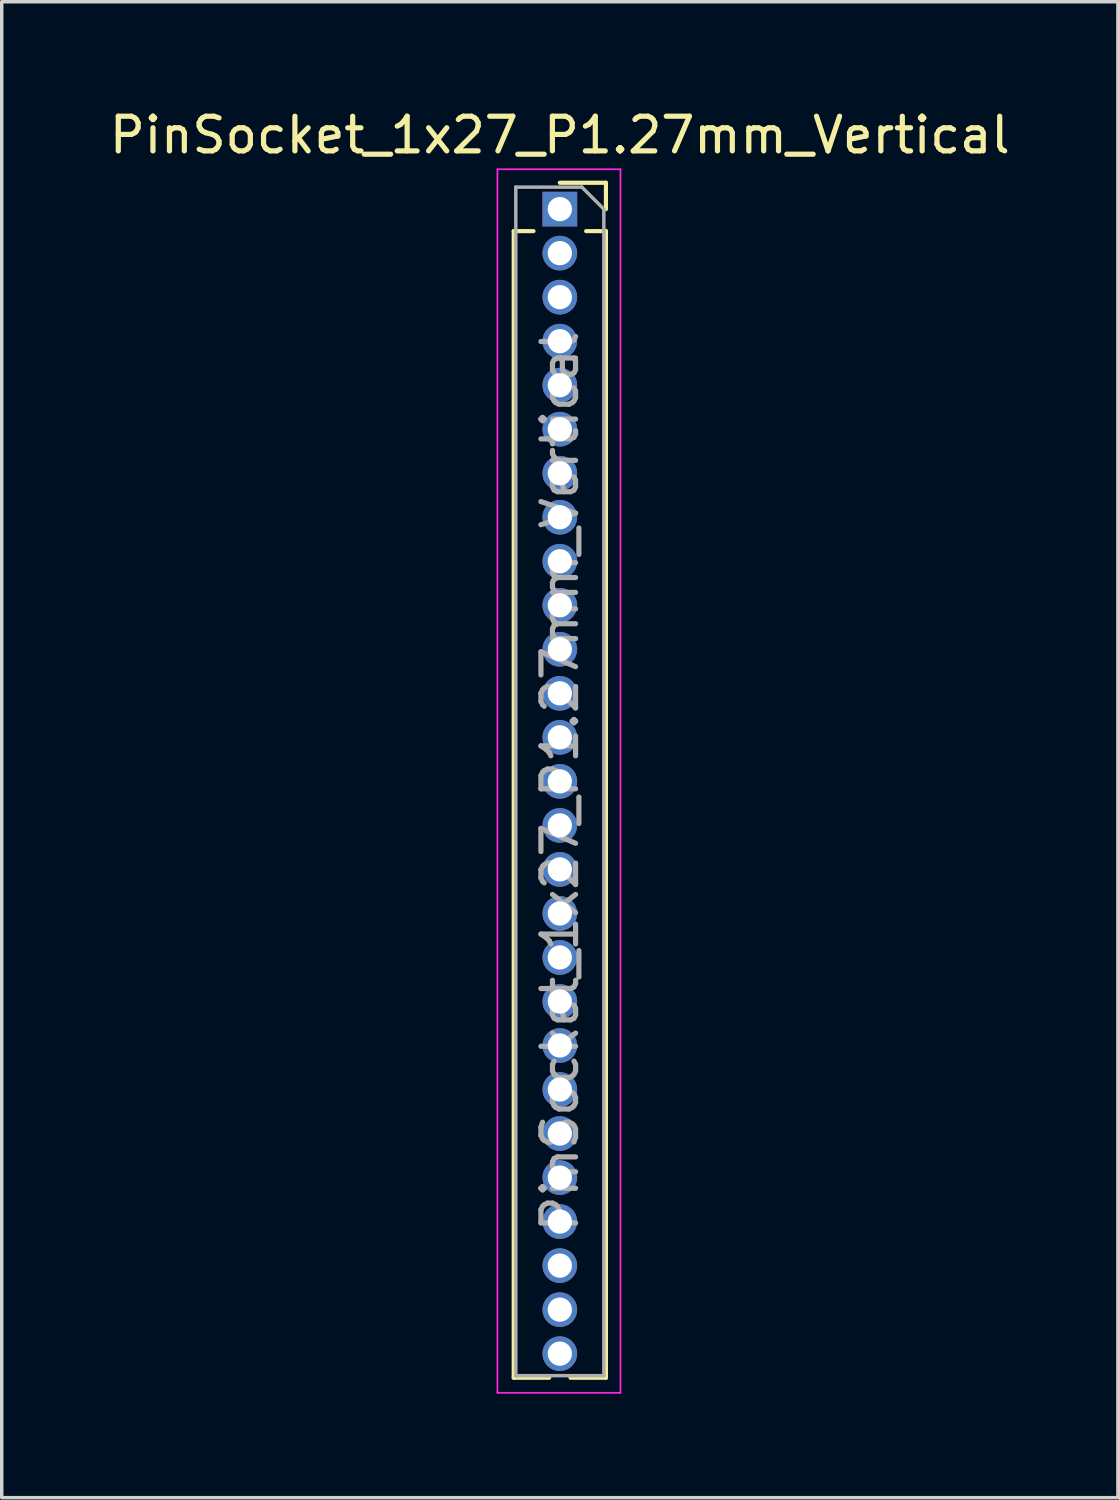
<source format=kicad_pcb>
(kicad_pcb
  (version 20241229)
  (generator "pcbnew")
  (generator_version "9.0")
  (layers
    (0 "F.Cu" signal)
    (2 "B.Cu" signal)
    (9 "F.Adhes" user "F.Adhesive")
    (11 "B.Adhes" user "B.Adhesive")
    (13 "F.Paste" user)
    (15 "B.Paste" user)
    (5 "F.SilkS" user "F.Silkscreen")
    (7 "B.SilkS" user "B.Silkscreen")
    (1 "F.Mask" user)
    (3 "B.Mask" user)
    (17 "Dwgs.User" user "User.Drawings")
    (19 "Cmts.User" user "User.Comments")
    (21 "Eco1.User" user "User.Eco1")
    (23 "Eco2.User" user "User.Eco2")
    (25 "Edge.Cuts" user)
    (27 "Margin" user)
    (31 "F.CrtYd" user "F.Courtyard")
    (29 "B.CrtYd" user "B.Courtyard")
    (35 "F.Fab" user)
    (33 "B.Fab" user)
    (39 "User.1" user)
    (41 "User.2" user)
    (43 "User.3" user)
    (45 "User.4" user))
  (footprint "PinSocket_1x27_P1.27mm_Vertical"
    (layer "F.Cu")
    (at 13.101 2.983)
    (property "Reference" "PinSocket_1x27_P1.27mm_Vertical" (at 0 -2.135 0) (layer "F.SilkS") (effects (font (size 1 1) (thickness 0.15))))
    (attr through_hole)
    (fp_line (start -1.33 0.635) (end -1.33 33.715) (stroke (width 0.12) (type solid)) (layer "F.SilkS"))
    (fp_line (start -1.33 0.635) (end -0.76 0.635) (stroke (width 0.12) (type solid)) (layer "F.SilkS"))
    (fp_line (start -1.33 33.715) (end -0.308 33.715) (stroke (width 0.12) (type solid)) (layer "F.SilkS"))
    (fp_line (start 0 -0.76) (end 1.33 -0.76) (stroke (width 0.12) (type solid)) (layer "F.SilkS"))
    (fp_line (start 0.308 33.715) (end 1.33 33.715) (stroke (width 0.12) (type solid)) (layer "F.SilkS"))
    (fp_line (start 0.76 0.635) (end 1.33 0.635) (stroke (width 0.12) (type solid)) (layer "F.SilkS"))
    (fp_line (start 1.33 -0.76) (end 1.33 0) (stroke (width 0.12) (type solid)) (layer "F.SilkS"))
    (fp_line (start 1.33 0.635) (end 1.33 33.715) (stroke (width 0.12) (type solid)) (layer "F.SilkS"))
    (fp_line (start -1.8 -1.15) (end 1.75 -1.15) (stroke (width 0.05) (type solid)) (layer "F.CrtYd"))
    (fp_line (start -1.8 34.15) (end -1.8 -1.15) (stroke (width 0.05) (type solid)) (layer "F.CrtYd"))
    (fp_line (start 1.75 -1.15) (end 1.75 34.15) (stroke (width 0.05) (type solid)) (layer "F.CrtYd"))
    (fp_line (start 1.75 34.15) (end -1.8 34.15) (stroke (width 0.05) (type solid)) (layer "F.CrtYd"))
    (fp_line (start -1.27 -0.635) (end 0.635 -0.635) (stroke (width 0.1) (type solid)) (layer "F.Fab"))
    (fp_line (start -1.27 33.655) (end -1.27 -0.635) (stroke (width 0.1) (type solid)) (layer "F.Fab"))
    (fp_line (start 0.635 -0.635) (end 1.27 0) (stroke (width 0.1) (type solid)) (layer "F.Fab"))
    (fp_line (start 1.27 0) (end 1.27 33.655) (stroke (width 0.1) (type solid)) (layer "F.Fab"))
    (fp_line (start 1.27 33.655) (end -1.27 33.655) (stroke (width 0.1) (type solid)) (layer "F.Fab"))
    (fp_text user "${REFERENCE}" (at 0 16.51 90) (layer "F.Fab") (effects (font (size 1 1) (thickness 0.15))))
    (pad "1" thru_hole rect (at 0 0) (size 1 1) (drill 0.7) (layers "*.Cu" "*.Mask"))
    (pad "2" thru_hole circle (at 0 1.27) (size 1 1) (drill 0.7) (layers "*.Cu" "*.Mask"))
    (pad "3" thru_hole circle (at 0 2.54) (size 1 1) (drill 0.7) (layers "*.Cu" "*.Mask"))
    (pad "4" thru_hole circle (at 0 3.81) (size 1 1) (drill 0.7) (layers "*.Cu" "*.Mask"))
    (pad "5" thru_hole circle (at 0 5.08) (size 1 1) (drill 0.7) (layers "*.Cu" "*.Mask"))
    (pad "6" thru_hole circle (at 0 6.35) (size 1 1) (drill 0.7) (layers "*.Cu" "*.Mask"))
    (pad "7" thru_hole circle (at 0 7.62) (size 1 1) (drill 0.7) (layers "*.Cu" "*.Mask"))
    (pad "8" thru_hole circle (at 0 8.89) (size 1 1) (drill 0.7) (layers "*.Cu" "*.Mask"))
    (pad "9" thru_hole circle (at 0 10.16) (size 1 1) (drill 0.7) (layers "*.Cu" "*.Mask"))
    (pad "10" thru_hole circle (at 0 11.43) (size 1 1) (drill 0.7) (layers "*.Cu" "*.Mask"))
    (pad "11" thru_hole circle (at 0 12.7) (size 1 1) (drill 0.7) (layers "*.Cu" "*.Mask"))
    (pad "12" thru_hole circle (at 0 13.97) (size 1 1) (drill 0.7) (layers "*.Cu" "*.Mask"))
    (pad "13" thru_hole circle (at 0 15.24) (size 1 1) (drill 0.7) (layers "*.Cu" "*.Mask"))
    (pad "14" thru_hole circle (at 0 16.51) (size 1 1) (drill 0.7) (layers "*.Cu" "*.Mask"))
    (pad "15" thru_hole circle (at 0 17.78) (size 1 1) (drill 0.7) (layers "*.Cu" "*.Mask"))
    (pad "16" thru_hole circle (at 0 19.05) (size 1 1) (drill 0.7) (layers "*.Cu" "*.Mask"))
    (pad "17" thru_hole circle (at 0 20.32) (size 1 1) (drill 0.7) (layers "*.Cu" "*.Mask"))
    (pad "18" thru_hole circle (at 0 21.59) (size 1 1) (drill 0.7) (layers "*.Cu" "*.Mask"))
    (pad "19" thru_hole circle (at 0 22.86) (size 1 1) (drill 0.7) (layers "*.Cu" "*.Mask"))
    (pad "20" thru_hole circle (at 0 24.13) (size 1 1) (drill 0.7) (layers "*.Cu" "*.Mask"))
    (pad "21" thru_hole circle (at 0 25.4) (size 1 1) (drill 0.7) (layers "*.Cu" "*.Mask"))
    (pad "22" thru_hole circle (at 0 26.67) (size 1 1) (drill 0.7) (layers "*.Cu" "*.Mask"))
    (pad "23" thru_hole circle (at 0 27.94) (size 1 1) (drill 0.7) (layers "*.Cu" "*.Mask"))
    (pad "24" thru_hole circle (at 0 29.21) (size 1 1) (drill 0.7) (layers "*.Cu" "*.Mask"))
    (pad "25" thru_hole circle (at 0 30.48) (size 1 1) (drill 0.7) (layers "*.Cu" "*.Mask"))
    (pad "26" thru_hole circle (at 0 31.75) (size 1 1) (drill 0.7) (layers "*.Cu" "*.Mask"))
    (pad "27" thru_hole circle (at 0 33.02) (size 1 1) (drill 0.7) (layers "*.Cu" "*.Mask")))
  (gr_rect
    (start -3 -3)
    (end 29.202 40.158)
    (stroke (width 0.1) (type default))
    (fill no)
    (layer "Edge.Cuts")))
</source>
